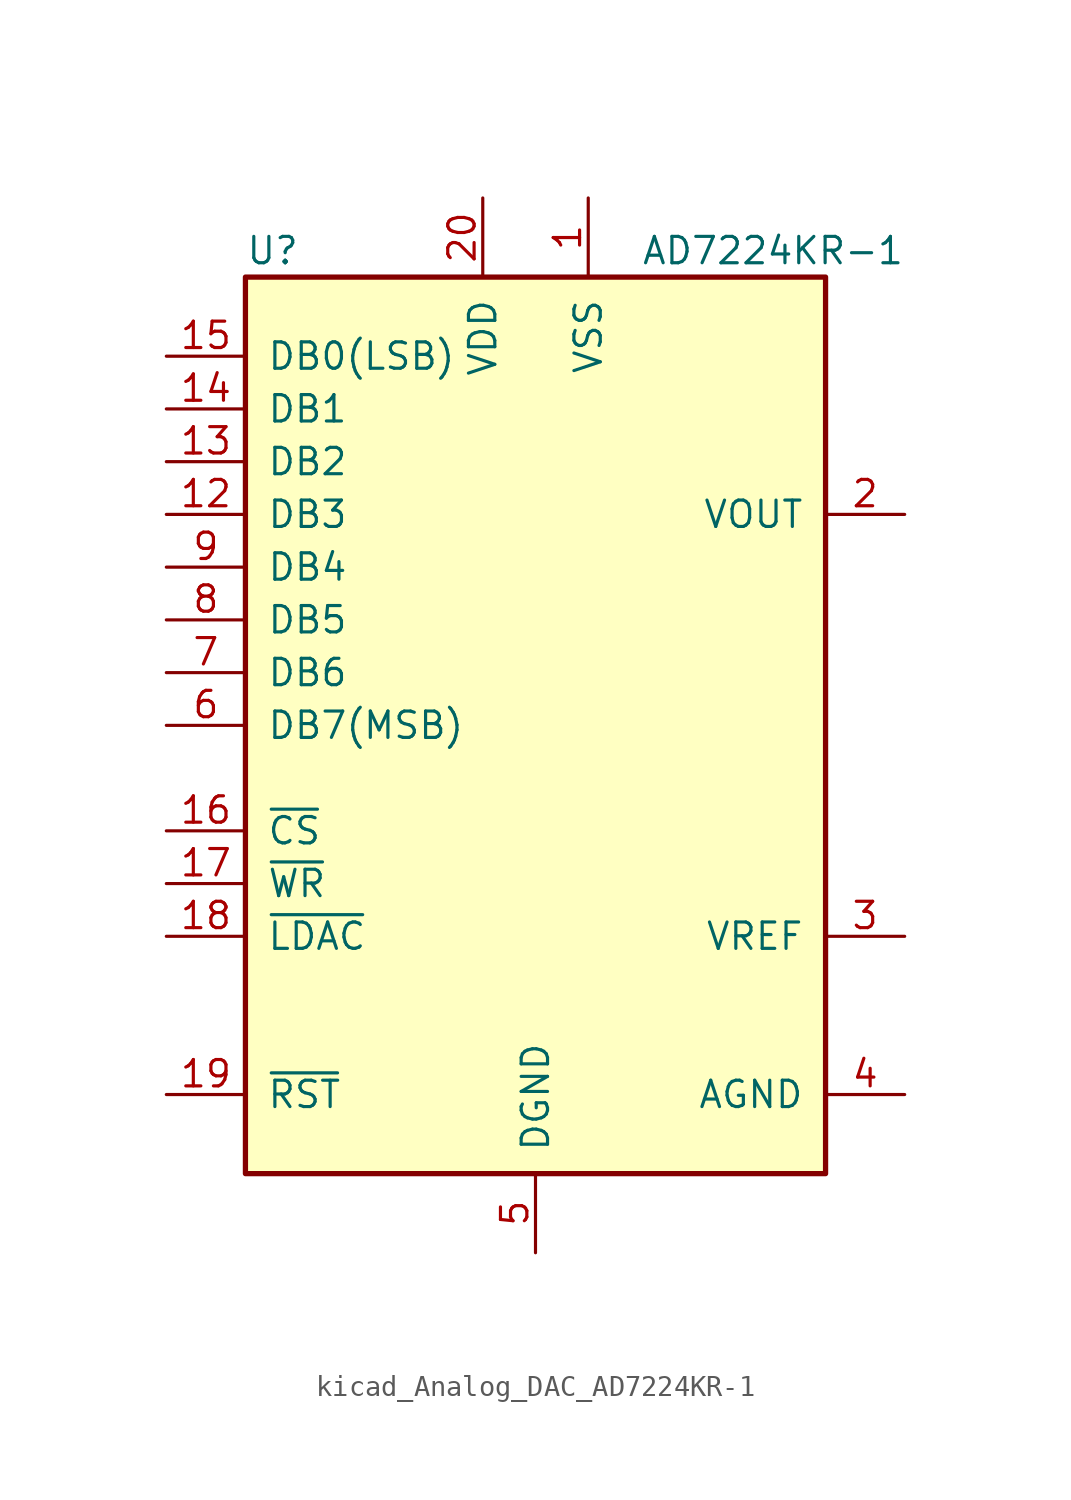
<source format=kicad_sym>
(kicad_symbol_lib
  (version 20220914)
  (generator kicad_symbol_editor)
  (symbol "kicad_Analog_DAC_AD7224KR-1"
    (pin_names
      (offset 1.016))
    (property "Reference" "U"
      (at -13.97 22.86 0)
      (effects (font (size 1.27 1.27)) (justify left)))
    (property "Value" "AD7224KR-1"
      (at 5.08 22.86 0)
      (effects (font (size 1.27 1.27)) (justify left)))
    (symbol "kicad_Analog_DAC_AD7224KR-1_1_1"
      (rectangle (start -13.97 -21.59) (end 13.97 21.59) (stroke (width 0.254) (type default)) (fill (type background)))
      (pin power_in line (at 2.54 25.4 270) (length 3.81) (name "VSS" (effects (font (size 1.27 1.27)))) (number "1" (effects (font (size 1.27 1.27)))))
      (pin input line (at -17.78 10.16 0) (length 3.81) (name "DB3" (effects (font (size 1.27 1.27)))) (number "12" (effects (font (size 1.27 1.27)))))
      (pin input line (at -17.78 12.7 0) (length 3.81) (name "DB2" (effects (font (size 1.27 1.27)))) (number "13" (effects (font (size 1.27 1.27)))))
      (pin input line (at -17.78 15.24 0) (length 3.81) (name "DB1" (effects (font (size 1.27 1.27)))) (number "14" (effects (font (size 1.27 1.27)))))
      (pin input line (at -17.78 17.78 0) (length 3.81) (name "DB0(LSB)" (effects (font (size 1.27 1.27)))) (number "15" (effects (font (size 1.27 1.27)))))
      (pin input line (at -17.78 -5.08 0) (length 3.81) (name "~{CS}" (effects (font (size 1.27 1.27)))) (number "16" (effects (font (size 1.27 1.27)))))
      (pin input line (at -17.78 -7.62 0) (length 3.81) (name "~{WR}" (effects (font (size 1.27 1.27)))) (number "17" (effects (font (size 1.27 1.27)))))
      (pin input line (at -17.78 -10.16 0) (length 3.81) (name "~{LDAC}" (effects (font (size 1.27 1.27)))) (number "18" (effects (font (size 1.27 1.27)))))
      (pin input line (at -17.78 -17.78 0) (length 3.81) (name "~{RST}" (effects (font (size 1.27 1.27)))) (number "19" (effects (font (size 1.27 1.27)))))
      (pin output line (at 17.78 10.16 180) (length 3.81) (name "VOUT" (effects (font (size 1.27 1.27)))) (number "2" (effects (font (size 1.27 1.27)))))
      (pin power_in line (at -2.54 25.4 270) (length 3.81) (name "VDD" (effects (font (size 1.27 1.27)))) (number "20" (effects (font (size 1.27 1.27)))))
      (pin passive line (at 17.78 -10.16 180) (length 3.81) (name "VREF" (effects (font (size 1.27 1.27)))) (number "3" (effects (font (size 1.27 1.27)))))
      (pin passive line (at 17.78 -17.78 180) (length 3.81) (name "AGND" (effects (font (size 1.27 1.27)))) (number "4" (effects (font (size 1.27 1.27)))))
      (pin power_in line (at 0 -25.4 90) (length 3.81) (name "DGND" (effects (font (size 1.27 1.27)))) (number "5" (effects (font (size 1.27 1.27)))))
      (pin input line (at -17.78 0 0) (length 3.81) (name "DB7(MSB)" (effects (font (size 1.27 1.27)))) (number "6" (effects (font (size 1.27 1.27)))))
      (pin input line (at -17.78 2.54 0) (length 3.81) (name "DB6" (effects (font (size 1.27 1.27)))) (number "7" (effects (font (size 1.27 1.27)))))
      (pin input line (at -17.78 5.08 0) (length 3.81) (name "DB5" (effects (font (size 1.27 1.27)))) (number "8" (effects (font (size 1.27 1.27)))))
      (pin input line (at -17.78 7.62 0) (length 3.81) (name "DB4" (effects (font (size 1.27 1.27)))) (number "9" (effects (font (size 1.27 1.27))))))))
</source>
